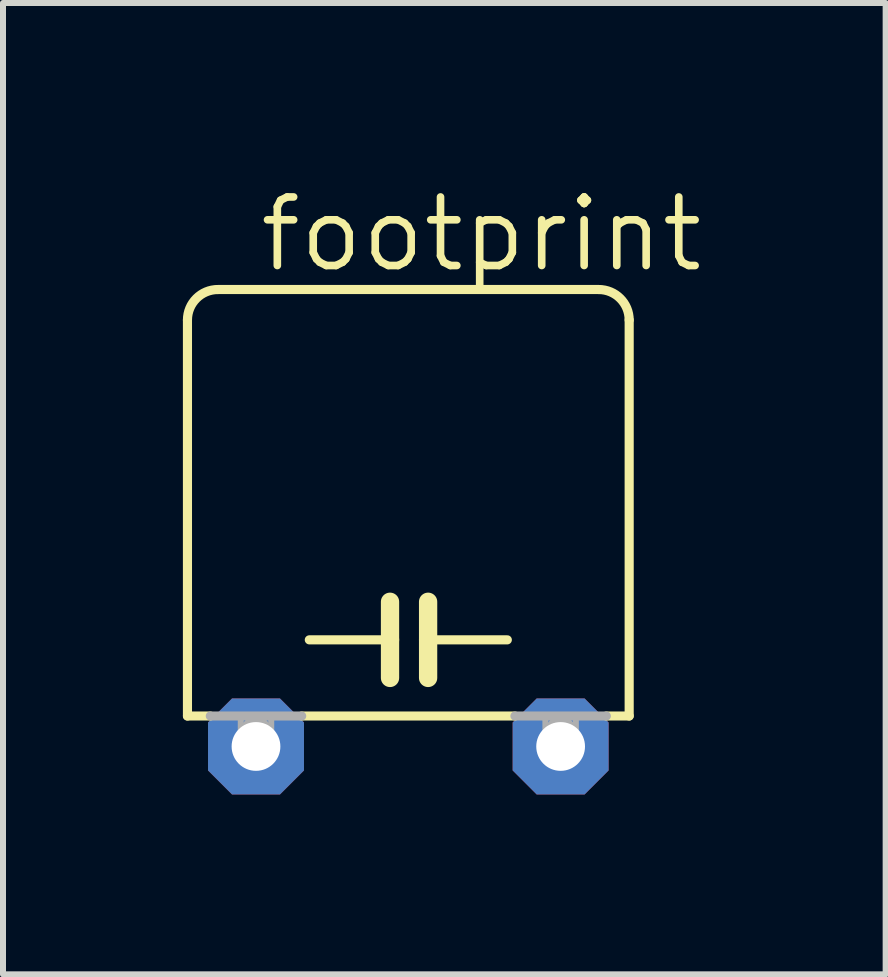
<source format=kicad_pcb>
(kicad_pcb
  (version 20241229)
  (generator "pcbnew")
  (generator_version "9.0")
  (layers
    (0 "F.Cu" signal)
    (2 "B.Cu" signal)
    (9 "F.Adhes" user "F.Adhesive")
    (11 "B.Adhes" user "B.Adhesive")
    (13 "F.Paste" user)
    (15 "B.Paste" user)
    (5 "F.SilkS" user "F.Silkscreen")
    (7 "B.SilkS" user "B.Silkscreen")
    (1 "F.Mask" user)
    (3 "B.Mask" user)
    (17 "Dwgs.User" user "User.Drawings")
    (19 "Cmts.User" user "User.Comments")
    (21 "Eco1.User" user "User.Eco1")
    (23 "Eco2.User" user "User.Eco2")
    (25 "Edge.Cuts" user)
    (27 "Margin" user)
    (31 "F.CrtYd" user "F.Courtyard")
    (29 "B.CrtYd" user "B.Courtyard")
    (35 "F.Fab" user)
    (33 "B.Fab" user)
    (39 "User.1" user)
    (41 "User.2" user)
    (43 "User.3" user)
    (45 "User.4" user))
  (footprint "footprint"
    (layer "F.Cu")
    (at 3.759 9.398)
    (property "Reference" "footprint" (at -2.54 -7.874 0) (layer "F.SilkS") (effects (font (size 1.143 1.143) (thickness 0.127)) (justify left bottom)))
    (fp_line (start -3.683 -7.112) (end -3.683 -0.508) (stroke (width 0.152) (type solid)) (layer "F.SilkS"))
    (fp_line (start -3.683 -0.508) (end -3.302 -0.508) (stroke (width 0.152) (type solid)) (layer "F.SilkS"))
    (fp_line (start -1.778 -0.508) (end 1.778 -0.508) (stroke (width 0.152) (type solid)) (layer "F.SilkS"))
    (fp_line (start -0.305 -2.413) (end -0.305 -1.778) (stroke (width 0.305) (type solid)) (layer "F.SilkS"))
    (fp_line (start -0.305 -1.778) (end -1.651 -1.778) (stroke (width 0.152) (type solid)) (layer "F.SilkS"))
    (fp_line (start -0.305 -1.778) (end -0.305 -1.143) (stroke (width 0.305) (type solid)) (layer "F.SilkS"))
    (fp_line (start 0.33 -2.413) (end 0.33 -1.778) (stroke (width 0.305) (type solid)) (layer "F.SilkS"))
    (fp_line (start 0.33 -1.778) (end 0.33 -1.143) (stroke (width 0.305) (type solid)) (layer "F.SilkS"))
    (fp_line (start 0.33 -1.778) (end 1.651 -1.778) (stroke (width 0.152) (type solid)) (layer "F.SilkS"))
    (fp_line (start 3.175 -7.62) (end -3.175 -7.62) (stroke (width 0.152) (type solid)) (layer "F.SilkS"))
    (fp_line (start 3.302 -0.508) (end 3.683 -0.508) (stroke (width 0.152) (type solid)) (layer "F.SilkS"))
    (fp_line (start 3.683 -0.508) (end 3.683 -7.112) (stroke (width 0.152) (type solid)) (layer "F.SilkS"))
    (fp_arc (start -3.683 -7.112) (mid -3.53421 -7.47121) (end -3.175 -7.62) (stroke (width 0.1524) (type solid)) (layer "F.SilkS"))
    (fp_arc (start 3.175 -7.62) (mid 3.53421 -7.47121) (end 3.683 -7.112) (stroke (width 0.1524) (type solid)) (layer "F.SilkS"))
    (fp_line (start -3.302 -0.508) (end -1.778 -0.508) (stroke (width 0.152) (type solid)) (layer "F.Fab"))
    (fp_line (start -2.54 0) (end -2.54 -0.254) (stroke (width 0.508) (type solid)) (layer "F.Fab"))
    (fp_line (start 1.778 -0.508) (end 3.302 -0.508) (stroke (width 0.152) (type solid)) (layer "F.Fab"))
    (fp_line (start 2.54 0) (end 2.54 -0.254) (stroke (width 0.508) (type solid)) (layer "F.Fab"))
    (fp_poly (pts (xy -2.794 -0.127) (xy -2.286 -0.127) (xy -2.286 -0.508) (xy -2.794 -0.508)) (stroke (width 0.1) (type solid)) (fill no) (layer "F.Fab"))
    (fp_poly (pts (xy 2.286 -0.127) (xy 2.794 -0.127) (xy 2.794 -0.508) (xy 2.286 -0.508)) (stroke (width 0.1) (type solid)) (fill no) (layer "F.Fab"))
    (pad "1" thru_hole roundrect (at -2.54 0) (size 1.6 1.6) (drill 0.813) (layers "*.Cu" "*.Mask") (roundrect_rratio 0.25) (chamfer_ratio 0.25) (chamfer top_left top_right bottom_left bottom_right))
    (pad "2" thru_hole roundrect (at 2.54 0) (size 1.6 1.6) (drill 0.813) (layers "*.Cu" "*.Mask") (roundrect_rratio 0.25) (chamfer_ratio 0.25) (chamfer top_left top_right bottom_left bottom_right)))
  (gr_rect
    (start -3 -3)
    (end 11.719 13.198)
    (stroke (width 0.1) (type default))
    (fill no)
    (layer "Edge.Cuts")))
</source>
